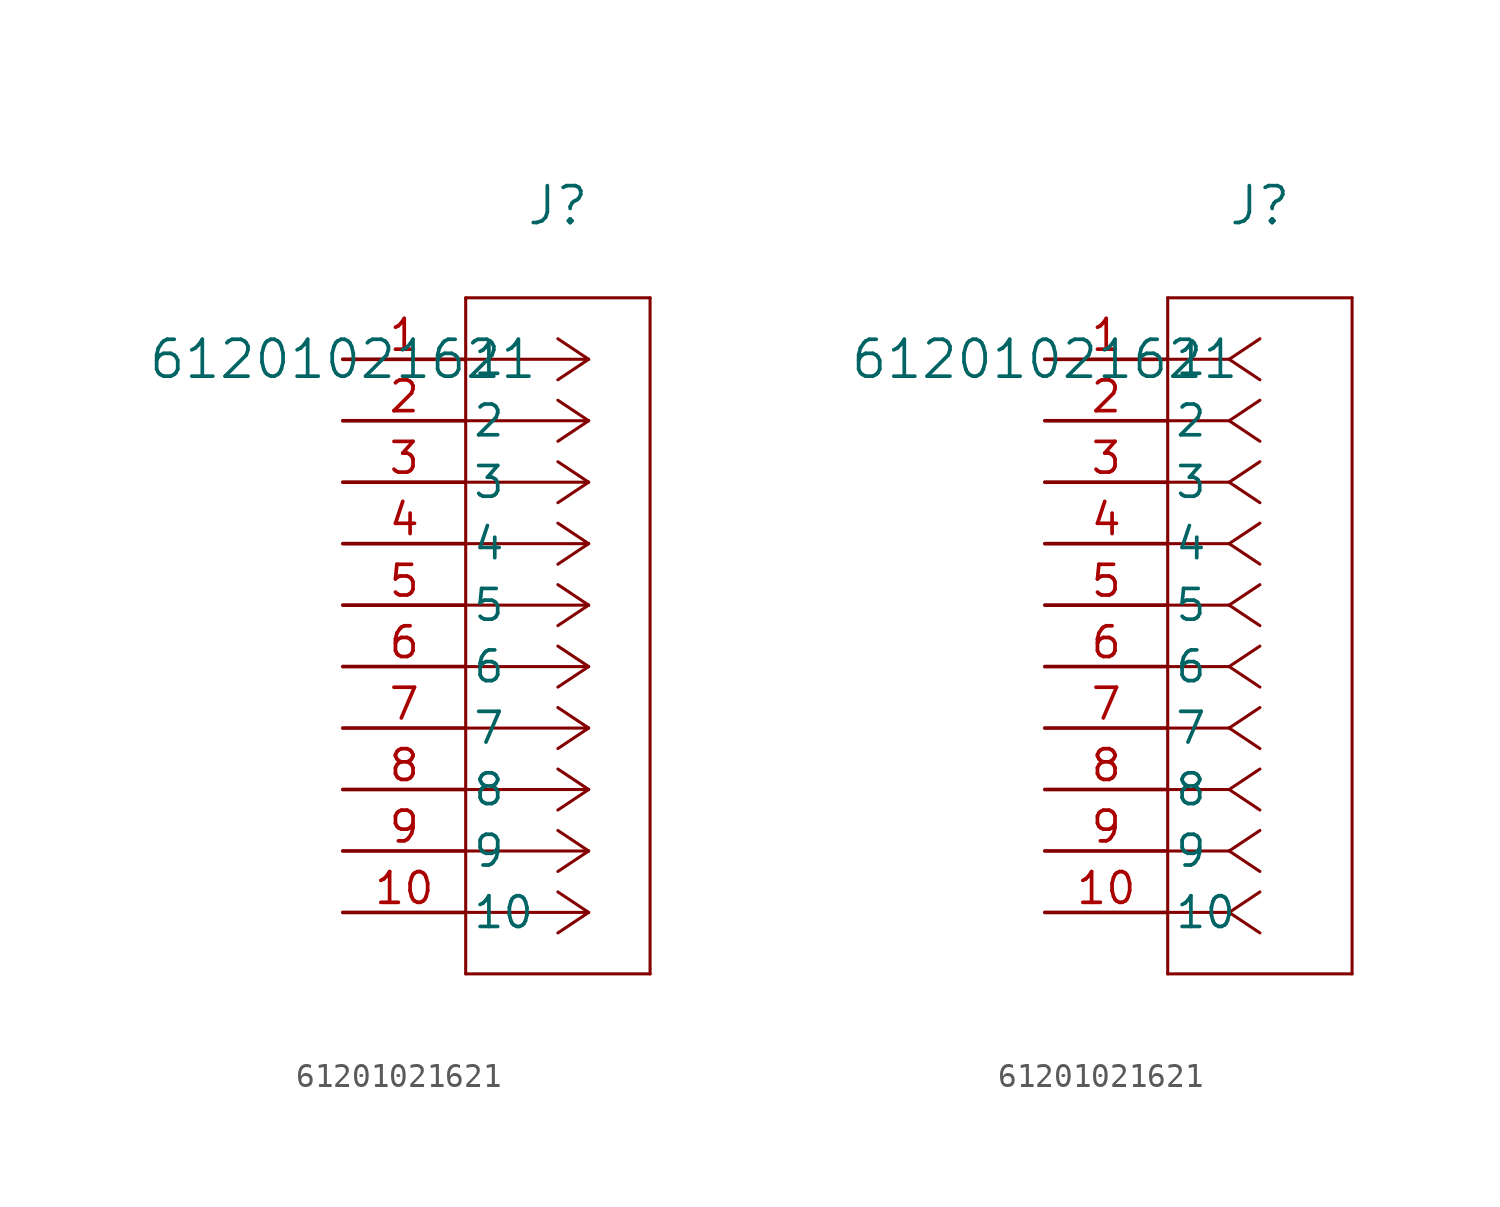
<source format=kicad_sym>
(kicad_symbol_lib
  (version 20211014)
  (generator kicad_symbol_editor)
  (symbol "61201021621"
    (pin_names
      (offset 0.254))
    (property "Reference" "J"
      (at 8.89 6.35 0)
      (effects (font (size 1.524 1.524))))
    (property "Value" "61201021621"
      (at 0 0 0)
      (effects (font (size 1.524 1.524))))
    (symbol "61201021621_1_1"
      (polyline (pts (xy 10.16 0) (xy 5.08 0)) (stroke (width 0.127) (type default) (color 0 0 0 0)) (fill (type none)))
      (polyline (pts (xy 10.16 -2.54) (xy 5.08 -2.54)) (stroke (width 0.127) (type default) (color 0 0 0 0)) (fill (type none)))
      (polyline (pts (xy 10.16 -5.08) (xy 5.08 -5.08)) (stroke (width 0.127) (type default) (color 0 0 0 0)) (fill (type none)))
      (polyline (pts (xy 10.16 -7.62) (xy 5.08 -7.62)) (stroke (width 0.127) (type default) (color 0 0 0 0)) (fill (type none)))
      (polyline (pts (xy 10.16 -10.16) (xy 5.08 -10.16)) (stroke (width 0.127) (type default) (color 0 0 0 0)) (fill (type none)))
      (polyline (pts (xy 10.16 -12.7) (xy 5.08 -12.7)) (stroke (width 0.127) (type default) (color 0 0 0 0)) (fill (type none)))
      (polyline (pts (xy 10.16 -15.24) (xy 5.08 -15.24)) (stroke (width 0.127) (type default) (color 0 0 0 0)) (fill (type none)))
      (polyline (pts (xy 10.16 -17.78) (xy 5.08 -17.78)) (stroke (width 0.127) (type default) (color 0 0 0 0)) (fill (type none)))
      (polyline (pts (xy 10.16 -20.32) (xy 5.08 -20.32)) (stroke (width 0.127) (type default) (color 0 0 0 0)) (fill (type none)))
      (polyline (pts (xy 10.16 -22.86) (xy 5.08 -22.86)) (stroke (width 0.127) (type default) (color 0 0 0 0)) (fill (type none)))
      (polyline (pts (xy 10.16 0) (xy 8.89 0.847)) (stroke (width 0.127) (type default) (color 0 0 0 0)) (fill (type none)))
      (polyline (pts (xy 10.16 -2.54) (xy 8.89 -1.693)) (stroke (width 0.127) (type default) (color 0 0 0 0)) (fill (type none)))
      (polyline (pts (xy 10.16 -5.08) (xy 8.89 -4.233)) (stroke (width 0.127) (type default) (color 0 0 0 0)) (fill (type none)))
      (polyline (pts (xy 10.16 -7.62) (xy 8.89 -6.773)) (stroke (width 0.127) (type default) (color 0 0 0 0)) (fill (type none)))
      (polyline (pts (xy 10.16 -10.16) (xy 8.89 -9.313)) (stroke (width 0.127) (type default) (color 0 0 0 0)) (fill (type none)))
      (polyline (pts (xy 10.16 -12.7) (xy 8.89 -11.853)) (stroke (width 0.127) (type default) (color 0 0 0 0)) (fill (type none)))
      (polyline (pts (xy 10.16 -15.24) (xy 8.89 -14.393)) (stroke (width 0.127) (type default) (color 0 0 0 0)) (fill (type none)))
      (polyline (pts (xy 10.16 -17.78) (xy 8.89 -16.933)) (stroke (width 0.127) (type default) (color 0 0 0 0)) (fill (type none)))
      (polyline (pts (xy 10.16 -20.32) (xy 8.89 -19.473)) (stroke (width 0.127) (type default) (color 0 0 0 0)) (fill (type none)))
      (polyline (pts (xy 10.16 -22.86) (xy 8.89 -22.013)) (stroke (width 0.127) (type default) (color 0 0 0 0)) (fill (type none)))
      (polyline (pts (xy 10.16 0) (xy 8.89 -0.847)) (stroke (width 0.127) (type default) (color 0 0 0 0)) (fill (type none)))
      (polyline (pts (xy 10.16 -2.54) (xy 8.89 -3.387)) (stroke (width 0.127) (type default) (color 0 0 0 0)) (fill (type none)))
      (polyline (pts (xy 10.16 -5.08) (xy 8.89 -5.927)) (stroke (width 0.127) (type default) (color 0 0 0 0)) (fill (type none)))
      (polyline (pts (xy 10.16 -7.62) (xy 8.89 -8.467)) (stroke (width 0.127) (type default) (color 0 0 0 0)) (fill (type none)))
      (polyline (pts (xy 10.16 -10.16) (xy 8.89 -11.007)) (stroke (width 0.127) (type default) (color 0 0 0 0)) (fill (type none)))
      (polyline (pts (xy 10.16 -12.7) (xy 8.89 -13.547)) (stroke (width 0.127) (type default) (color 0 0 0 0)) (fill (type none)))
      (polyline (pts (xy 10.16 -15.24) (xy 8.89 -16.087)) (stroke (width 0.127) (type default) (color 0 0 0 0)) (fill (type none)))
      (polyline (pts (xy 10.16 -17.78) (xy 8.89 -18.627)) (stroke (width 0.127) (type default) (color 0 0 0 0)) (fill (type none)))
      (polyline (pts (xy 10.16 -20.32) (xy 8.89 -21.167)) (stroke (width 0.127) (type default) (color 0 0 0 0)) (fill (type none)))
      (polyline (pts (xy 10.16 -22.86) (xy 8.89 -23.707)) (stroke (width 0.127) (type default) (color 0 0 0 0)) (fill (type none)))
      (polyline (pts (xy 5.08 2.54) (xy 5.08 -25.4)) (stroke (width 0.127) (type default) (color 0 0 0 0)) (fill (type none)))
      (polyline (pts (xy 5.08 -25.4) (xy 12.7 -25.4)) (stroke (width 0.127) (type default) (color 0 0 0 0)) (fill (type none)))
      (polyline (pts (xy 12.7 -25.4) (xy 12.7 2.54)) (stroke (width 0.127) (type default) (color 0 0 0 0)) (fill (type none)))
      (polyline (pts (xy 12.7 2.54) (xy 5.08 2.54)) (stroke (width 0.127) (type default) (color 0 0 0 0)) (fill (type none)))
      (pin unspecified line (at 0 0 0) (length 5.08) (name "1" (effects (font (size 1.27 1.27)))) (number "1" (effects (font (size 1.27 1.27)))))
      (pin unspecified line (at 0 -2.54 0) (length 5.08) (name "2" (effects (font (size 1.27 1.27)))) (number "2" (effects (font (size 1.27 1.27)))))
      (pin unspecified line (at 0 -5.08 0) (length 5.08) (name "3" (effects (font (size 1.27 1.27)))) (number "3" (effects (font (size 1.27 1.27)))))
      (pin unspecified line (at 0 -7.62 0) (length 5.08) (name "4" (effects (font (size 1.27 1.27)))) (number "4" (effects (font (size 1.27 1.27)))))
      (pin unspecified line (at 0 -10.16 0) (length 5.08) (name "5" (effects (font (size 1.27 1.27)))) (number "5" (effects (font (size 1.27 1.27)))))
      (pin unspecified line (at 0 -12.7 0) (length 5.08) (name "6" (effects (font (size 1.27 1.27)))) (number "6" (effects (font (size 1.27 1.27)))))
      (pin unspecified line (at 0 -15.24 0) (length 5.08) (name "7" (effects (font (size 1.27 1.27)))) (number "7" (effects (font (size 1.27 1.27)))))
      (pin unspecified line (at 0 -17.78 0) (length 5.08) (name "8" (effects (font (size 1.27 1.27)))) (number "8" (effects (font (size 1.27 1.27)))))
      (pin unspecified line (at 0 -20.32 0) (length 5.08) (name "9" (effects (font (size 1.27 1.27)))) (number "9" (effects (font (size 1.27 1.27)))))
      (pin unspecified line (at 0 -22.86 0) (length 5.08) (name "10" (effects (font (size 1.27 1.27)))) (number "10" (effects (font (size 1.27 1.27))))))
    (symbol "61201021621_1_2"
      (polyline (pts (xy 7.62 0) (xy 5.08 0)) (stroke (width 0.127) (type default) (color 0 0 0 0)) (fill (type none)))
      (polyline (pts (xy 7.62 -2.54) (xy 5.08 -2.54)) (stroke (width 0.127) (type default) (color 0 0 0 0)) (fill (type none)))
      (polyline (pts (xy 7.62 -5.08) (xy 5.08 -5.08)) (stroke (width 0.127) (type default) (color 0 0 0 0)) (fill (type none)))
      (polyline (pts (xy 7.62 -7.62) (xy 5.08 -7.62)) (stroke (width 0.127) (type default) (color 0 0 0 0)) (fill (type none)))
      (polyline (pts (xy 7.62 -10.16) (xy 5.08 -10.16)) (stroke (width 0.127) (type default) (color 0 0 0 0)) (fill (type none)))
      (polyline (pts (xy 7.62 -12.7) (xy 5.08 -12.7)) (stroke (width 0.127) (type default) (color 0 0 0 0)) (fill (type none)))
      (polyline (pts (xy 7.62 -15.24) (xy 5.08 -15.24)) (stroke (width 0.127) (type default) (color 0 0 0 0)) (fill (type none)))
      (polyline (pts (xy 7.62 -17.78) (xy 5.08 -17.78)) (stroke (width 0.127) (type default) (color 0 0 0 0)) (fill (type none)))
      (polyline (pts (xy 7.62 -20.32) (xy 5.08 -20.32)) (stroke (width 0.127) (type default) (color 0 0 0 0)) (fill (type none)))
      (polyline (pts (xy 7.62 -22.86) (xy 5.08 -22.86)) (stroke (width 0.127) (type default) (color 0 0 0 0)) (fill (type none)))
      (polyline (pts (xy 7.62 0) (xy 8.89 0.847)) (stroke (width 0.127) (type default) (color 0 0 0 0)) (fill (type none)))
      (polyline (pts (xy 7.62 -2.54) (xy 8.89 -1.693)) (stroke (width 0.127) (type default) (color 0 0 0 0)) (fill (type none)))
      (polyline (pts (xy 7.62 -5.08) (xy 8.89 -4.233)) (stroke (width 0.127) (type default) (color 0 0 0 0)) (fill (type none)))
      (polyline (pts (xy 7.62 -7.62) (xy 8.89 -6.773)) (stroke (width 0.127) (type default) (color 0 0 0 0)) (fill (type none)))
      (polyline (pts (xy 7.62 -10.16) (xy 8.89 -9.313)) (stroke (width 0.127) (type default) (color 0 0 0 0)) (fill (type none)))
      (polyline (pts (xy 7.62 -12.7) (xy 8.89 -11.853)) (stroke (width 0.127) (type default) (color 0 0 0 0)) (fill (type none)))
      (polyline (pts (xy 7.62 -15.24) (xy 8.89 -14.393)) (stroke (width 0.127) (type default) (color 0 0 0 0)) (fill (type none)))
      (polyline (pts (xy 7.62 -17.78) (xy 8.89 -16.933)) (stroke (width 0.127) (type default) (color 0 0 0 0)) (fill (type none)))
      (polyline (pts (xy 7.62 -20.32) (xy 8.89 -19.473)) (stroke (width 0.127) (type default) (color 0 0 0 0)) (fill (type none)))
      (polyline (pts (xy 7.62 -22.86) (xy 8.89 -22.013)) (stroke (width 0.127) (type default) (color 0 0 0 0)) (fill (type none)))
      (polyline (pts (xy 7.62 0) (xy 8.89 -0.847)) (stroke (width 0.127) (type default) (color 0 0 0 0)) (fill (type none)))
      (polyline (pts (xy 7.62 -2.54) (xy 8.89 -3.387)) (stroke (width 0.127) (type default) (color 0 0 0 0)) (fill (type none)))
      (polyline (pts (xy 7.62 -5.08) (xy 8.89 -5.927)) (stroke (width 0.127) (type default) (color 0 0 0 0)) (fill (type none)))
      (polyline (pts (xy 7.62 -7.62) (xy 8.89 -8.467)) (stroke (width 0.127) (type default) (color 0 0 0 0)) (fill (type none)))
      (polyline (pts (xy 7.62 -10.16) (xy 8.89 -11.007)) (stroke (width 0.127) (type default) (color 0 0 0 0)) (fill (type none)))
      (polyline (pts (xy 7.62 -12.7) (xy 8.89 -13.547)) (stroke (width 0.127) (type default) (color 0 0 0 0)) (fill (type none)))
      (polyline (pts (xy 7.62 -15.24) (xy 8.89 -16.087)) (stroke (width 0.127) (type default) (color 0 0 0 0)) (fill (type none)))
      (polyline (pts (xy 7.62 -17.78) (xy 8.89 -18.627)) (stroke (width 0.127) (type default) (color 0 0 0 0)) (fill (type none)))
      (polyline (pts (xy 7.62 -20.32) (xy 8.89 -21.167)) (stroke (width 0.127) (type default) (color 0 0 0 0)) (fill (type none)))
      (polyline (pts (xy 7.62 -22.86) (xy 8.89 -23.707)) (stroke (width 0.127) (type default) (color 0 0 0 0)) (fill (type none)))
      (polyline (pts (xy 5.08 2.54) (xy 5.08 -25.4)) (stroke (width 0.127) (type default) (color 0 0 0 0)) (fill (type none)))
      (polyline (pts (xy 5.08 -25.4) (xy 12.7 -25.4)) (stroke (width 0.127) (type default) (color 0 0 0 0)) (fill (type none)))
      (polyline (pts (xy 12.7 -25.4) (xy 12.7 2.54)) (stroke (width 0.127) (type default) (color 0 0 0 0)) (fill (type none)))
      (polyline (pts (xy 12.7 2.54) (xy 5.08 2.54)) (stroke (width 0.127) (type default) (color 0 0 0 0)) (fill (type none)))
      (pin unspecified line (at 0 0 0) (length 5.08) (name "1" (effects (font (size 1.27 1.27)))) (number "1" (effects (font (size 1.27 1.27)))))
      (pin unspecified line (at 0 -2.54 0) (length 5.08) (name "2" (effects (font (size 1.27 1.27)))) (number "2" (effects (font (size 1.27 1.27)))))
      (pin unspecified line (at 0 -5.08 0) (length 5.08) (name "3" (effects (font (size 1.27 1.27)))) (number "3" (effects (font (size 1.27 1.27)))))
      (pin unspecified line (at 0 -7.62 0) (length 5.08) (name "4" (effects (font (size 1.27 1.27)))) (number "4" (effects (font (size 1.27 1.27)))))
      (pin unspecified line (at 0 -10.16 0) (length 5.08) (name "5" (effects (font (size 1.27 1.27)))) (number "5" (effects (font (size 1.27 1.27)))))
      (pin unspecified line (at 0 -12.7 0) (length 5.08) (name "6" (effects (font (size 1.27 1.27)))) (number "6" (effects (font (size 1.27 1.27)))))
      (pin unspecified line (at 0 -15.24 0) (length 5.08) (name "7" (effects (font (size 1.27 1.27)))) (number "7" (effects (font (size 1.27 1.27)))))
      (pin unspecified line (at 0 -17.78 0) (length 5.08) (name "8" (effects (font (size 1.27 1.27)))) (number "8" (effects (font (size 1.27 1.27)))))
      (pin unspecified line (at 0 -20.32 0) (length 5.08) (name "9" (effects (font (size 1.27 1.27)))) (number "9" (effects (font (size 1.27 1.27)))))
      (pin unspecified line (at 0 -22.86 0) (length 5.08) (name "10" (effects (font (size 1.27 1.27)))) (number "10" (effects (font (size 1.27 1.27))))))))
</source>
